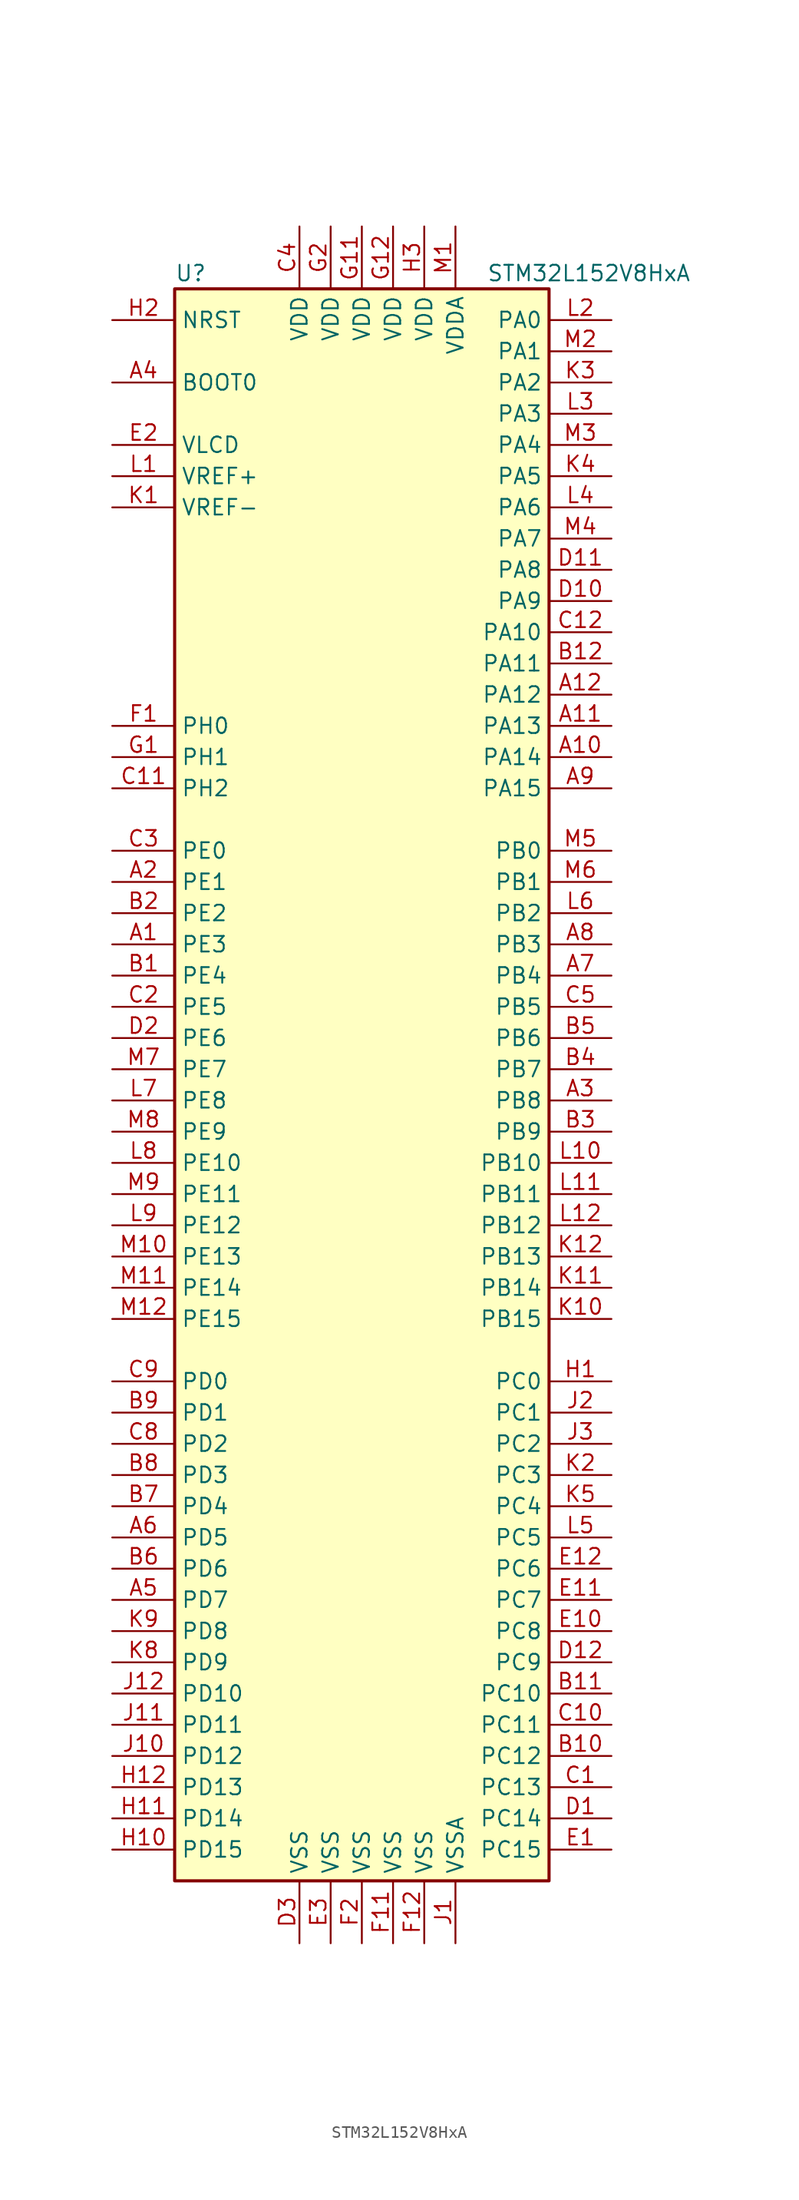
<source format=kicad_sym>
(kicad_symbol_lib
  (version 20211014)
  (generator kicad_symbol_editor)
  (symbol "STM32L152V8HxA"
    (property "Reference" "U"
      (at -15.24 64.77 0)
      (effects (font (size 1.27 1.27)) (justify left)))
    (property "Value" "STM32L152V8HxA"
      (at 10.16 64.77 0)
      (effects (font (size 1.27 1.27)) (justify left)))
    (symbol "STM32L152V8HxA_0_1"
      (rectangle (start -15.24 -66.04) (end 15.24 63.5) (stroke (width 0.254) (type default) (color 0 0 0 0)) (fill (type background))))
    (symbol "STM32L152V8HxA_1_1"
      (pin bidirectional line (at -20.32 10.16 0) (length 5.08) (name "PE3" (effects (font (size 1.27 1.27)))) (number "A1" (effects (font (size 1.27 1.27)))))
      (pin bidirectional line (at 20.32 25.4 180) (length 5.08) (name "PA14" (effects (font (size 1.27 1.27)))) (number "A10" (effects (font (size 1.27 1.27)))))
      (pin bidirectional line (at 20.32 27.94 180) (length 5.08) (name "PA13" (effects (font (size 1.27 1.27)))) (number "A11" (effects (font (size 1.27 1.27)))))
      (pin bidirectional line (at 20.32 30.48 180) (length 5.08) (name "PA12" (effects (font (size 1.27 1.27)))) (number "A12" (effects (font (size 1.27 1.27)))))
      (pin bidirectional line (at -20.32 15.24 0) (length 5.08) (name "PE1" (effects (font (size 1.27 1.27)))) (number "A2" (effects (font (size 1.27 1.27)))))
      (pin bidirectional line (at 20.32 -2.54 180) (length 5.08) (name "PB8" (effects (font (size 1.27 1.27)))) (number "A3" (effects (font (size 1.27 1.27)))))
      (pin input line (at -20.32 55.88 0) (length 5.08) (name "BOOT0" (effects (font (size 1.27 1.27)))) (number "A4" (effects (font (size 1.27 1.27)))))
      (pin bidirectional line (at -20.32 -43.18 0) (length 5.08) (name "PD7" (effects (font (size 1.27 1.27)))) (number "A5" (effects (font (size 1.27 1.27)))))
      (pin bidirectional line (at -20.32 -38.1 0) (length 5.08) (name "PD5" (effects (font (size 1.27 1.27)))) (number "A6" (effects (font (size 1.27 1.27)))))
      (pin bidirectional line (at 20.32 7.62 180) (length 5.08) (name "PB4" (effects (font (size 1.27 1.27)))) (number "A7" (effects (font (size 1.27 1.27)))))
      (pin bidirectional line (at 20.32 10.16 180) (length 5.08) (name "PB3" (effects (font (size 1.27 1.27)))) (number "A8" (effects (font (size 1.27 1.27)))))
      (pin bidirectional line (at 20.32 22.86 180) (length 5.08) (name "PA15" (effects (font (size 1.27 1.27)))) (number "A9" (effects (font (size 1.27 1.27)))))
      (pin bidirectional line (at -20.32 7.62 0) (length 5.08) (name "PE4" (effects (font (size 1.27 1.27)))) (number "B1" (effects (font (size 1.27 1.27)))))
      (pin bidirectional line (at 20.32 -55.88 180) (length 5.08) (name "PC12" (effects (font (size 1.27 1.27)))) (number "B10" (effects (font (size 1.27 1.27)))))
      (pin bidirectional line (at 20.32 -50.8 180) (length 5.08) (name "PC10" (effects (font (size 1.27 1.27)))) (number "B11" (effects (font (size 1.27 1.27)))))
      (pin bidirectional line (at 20.32 33.02 180) (length 5.08) (name "PA11" (effects (font (size 1.27 1.27)))) (number "B12" (effects (font (size 1.27 1.27)))))
      (pin bidirectional line (at -20.32 12.7 0) (length 5.08) (name "PE2" (effects (font (size 1.27 1.27)))) (number "B2" (effects (font (size 1.27 1.27)))))
      (pin bidirectional line (at 20.32 -5.08 180) (length 5.08) (name "PB9" (effects (font (size 1.27 1.27)))) (number "B3" (effects (font (size 1.27 1.27)))))
      (pin bidirectional line (at 20.32 0 180) (length 5.08) (name "PB7" (effects (font (size 1.27 1.27)))) (number "B4" (effects (font (size 1.27 1.27)))))
      (pin bidirectional line (at 20.32 2.54 180) (length 5.08) (name "PB6" (effects (font (size 1.27 1.27)))) (number "B5" (effects (font (size 1.27 1.27)))))
      (pin bidirectional line (at -20.32 -40.64 0) (length 5.08) (name "PD6" (effects (font (size 1.27 1.27)))) (number "B6" (effects (font (size 1.27 1.27)))))
      (pin bidirectional line (at -20.32 -35.56 0) (length 5.08) (name "PD4" (effects (font (size 1.27 1.27)))) (number "B7" (effects (font (size 1.27 1.27)))))
      (pin bidirectional line (at -20.32 -33.02 0) (length 5.08) (name "PD3" (effects (font (size 1.27 1.27)))) (number "B8" (effects (font (size 1.27 1.27)))))
      (pin bidirectional line (at -20.32 -27.94 0) (length 5.08) (name "PD1" (effects (font (size 1.27 1.27)))) (number "B9" (effects (font (size 1.27 1.27)))))
      (pin bidirectional line (at 20.32 -58.42 180) (length 5.08) (name "PC13" (effects (font (size 1.27 1.27)))) (number "C1" (effects (font (size 1.27 1.27)))))
      (pin bidirectional line (at 20.32 -53.34 180) (length 5.08) (name "PC11" (effects (font (size 1.27 1.27)))) (number "C10" (effects (font (size 1.27 1.27)))))
      (pin bidirectional line (at -20.32 22.86 0) (length 5.08) (name "PH2" (effects (font (size 1.27 1.27)))) (number "C11" (effects (font (size 1.27 1.27)))))
      (pin bidirectional line (at 20.32 35.56 180) (length 5.08) (name "PA10" (effects (font (size 1.27 1.27)))) (number "C12" (effects (font (size 1.27 1.27)))))
      (pin bidirectional line (at -20.32 5.08 0) (length 5.08) (name "PE5" (effects (font (size 1.27 1.27)))) (number "C2" (effects (font (size 1.27 1.27)))))
      (pin bidirectional line (at -20.32 17.78 0) (length 5.08) (name "PE0" (effects (font (size 1.27 1.27)))) (number "C3" (effects (font (size 1.27 1.27)))))
      (pin power_in line (at -5.08 68.58 270) (length 5.08) (name "VDD" (effects (font (size 1.27 1.27)))) (number "C4" (effects (font (size 1.27 1.27)))))
      (pin bidirectional line (at 20.32 5.08 180) (length 5.08) (name "PB5" (effects (font (size 1.27 1.27)))) (number "C5" (effects (font (size 1.27 1.27)))))
      (pin bidirectional line (at -20.32 -30.48 0) (length 5.08) (name "PD2" (effects (font (size 1.27 1.27)))) (number "C8" (effects (font (size 1.27 1.27)))))
      (pin bidirectional line (at -20.32 -25.4 0) (length 5.08) (name "PD0" (effects (font (size 1.27 1.27)))) (number "C9" (effects (font (size 1.27 1.27)))))
      (pin bidirectional line (at 20.32 -60.96 180) (length 5.08) (name "PC14" (effects (font (size 1.27 1.27)))) (number "D1" (effects (font (size 1.27 1.27)))))
      (pin bidirectional line (at 20.32 38.1 180) (length 5.08) (name "PA9" (effects (font (size 1.27 1.27)))) (number "D10" (effects (font (size 1.27 1.27)))))
      (pin bidirectional line (at 20.32 40.64 180) (length 5.08) (name "PA8" (effects (font (size 1.27 1.27)))) (number "D11" (effects (font (size 1.27 1.27)))))
      (pin bidirectional line (at 20.32 -48.26 180) (length 5.08) (name "PC9" (effects (font (size 1.27 1.27)))) (number "D12" (effects (font (size 1.27 1.27)))))
      (pin bidirectional line (at -20.32 2.54 0) (length 5.08) (name "PE6" (effects (font (size 1.27 1.27)))) (number "D2" (effects (font (size 1.27 1.27)))))
      (pin power_in line (at -5.08 -71.12 90) (length 5.08) (name "VSS" (effects (font (size 1.27 1.27)))) (number "D3" (effects (font (size 1.27 1.27)))))
      (pin bidirectional line (at 20.32 -63.5 180) (length 5.08) (name "PC15" (effects (font (size 1.27 1.27)))) (number "E1" (effects (font (size 1.27 1.27)))))
      (pin bidirectional line (at 20.32 -45.72 180) (length 5.08) (name "PC8" (effects (font (size 1.27 1.27)))) (number "E10" (effects (font (size 1.27 1.27)))))
      (pin bidirectional line (at 20.32 -43.18 180) (length 5.08) (name "PC7" (effects (font (size 1.27 1.27)))) (number "E11" (effects (font (size 1.27 1.27)))))
      (pin bidirectional line (at 20.32 -40.64 180) (length 5.08) (name "PC6" (effects (font (size 1.27 1.27)))) (number "E12" (effects (font (size 1.27 1.27)))))
      (pin power_in line (at -20.32 50.8 0) (length 5.08) (name "VLCD" (effects (font (size 1.27 1.27)))) (number "E2" (effects (font (size 1.27 1.27)))))
      (pin power_in line (at -2.54 -71.12 90) (length 5.08) (name "VSS" (effects (font (size 1.27 1.27)))) (number "E3" (effects (font (size 1.27 1.27)))))
      (pin input line (at -20.32 27.94 0) (length 5.08) (name "PH0" (effects (font (size 1.27 1.27)))) (number "F1" (effects (font (size 1.27 1.27)))))
      (pin power_in line (at 2.54 -71.12 90) (length 5.08) (name "VSS" (effects (font (size 1.27 1.27)))) (number "F11" (effects (font (size 1.27 1.27)))))
      (pin power_in line (at 5.08 -71.12 90) (length 5.08) (name "VSS" (effects (font (size 1.27 1.27)))) (number "F12" (effects (font (size 1.27 1.27)))))
      (pin power_in line (at 0 -71.12 90) (length 5.08) (name "VSS" (effects (font (size 1.27 1.27)))) (number "F2" (effects (font (size 1.27 1.27)))))
      (pin input line (at -20.32 25.4 0) (length 5.08) (name "PH1" (effects (font (size 1.27 1.27)))) (number "G1" (effects (font (size 1.27 1.27)))))
      (pin power_in line (at 0 68.58 270) (length 5.08) (name "VDD" (effects (font (size 1.27 1.27)))) (number "G11" (effects (font (size 1.27 1.27)))))
      (pin power_in line (at 2.54 68.58 270) (length 5.08) (name "VDD" (effects (font (size 1.27 1.27)))) (number "G12" (effects (font (size 1.27 1.27)))))
      (pin power_in line (at -2.54 68.58 270) (length 5.08) (name "VDD" (effects (font (size 1.27 1.27)))) (number "G2" (effects (font (size 1.27 1.27)))))
      (pin bidirectional line (at 20.32 -25.4 180) (length 5.08) (name "PC0" (effects (font (size 1.27 1.27)))) (number "H1" (effects (font (size 1.27 1.27)))))
      (pin bidirectional line (at -20.32 -63.5 0) (length 5.08) (name "PD15" (effects (font (size 1.27 1.27)))) (number "H10" (effects (font (size 1.27 1.27)))))
      (pin bidirectional line (at -20.32 -60.96 0) (length 5.08) (name "PD14" (effects (font (size 1.27 1.27)))) (number "H11" (effects (font (size 1.27 1.27)))))
      (pin bidirectional line (at -20.32 -58.42 0) (length 5.08) (name "PD13" (effects (font (size 1.27 1.27)))) (number "H12" (effects (font (size 1.27 1.27)))))
      (pin input line (at -20.32 60.96 0) (length 5.08) (name "NRST" (effects (font (size 1.27 1.27)))) (number "H2" (effects (font (size 1.27 1.27)))))
      (pin power_in line (at 5.08 68.58 270) (length 5.08) (name "VDD" (effects (font (size 1.27 1.27)))) (number "H3" (effects (font (size 1.27 1.27)))))
      (pin power_in line (at 7.62 -71.12 90) (length 5.08) (name "VSSA" (effects (font (size 1.27 1.27)))) (number "J1" (effects (font (size 1.27 1.27)))))
      (pin bidirectional line (at -20.32 -55.88 0) (length 5.08) (name "PD12" (effects (font (size 1.27 1.27)))) (number "J10" (effects (font (size 1.27 1.27)))))
      (pin bidirectional line (at -20.32 -53.34 0) (length 5.08) (name "PD11" (effects (font (size 1.27 1.27)))) (number "J11" (effects (font (size 1.27 1.27)))))
      (pin bidirectional line (at -20.32 -50.8 0) (length 5.08) (name "PD10" (effects (font (size 1.27 1.27)))) (number "J12" (effects (font (size 1.27 1.27)))))
      (pin bidirectional line (at 20.32 -27.94 180) (length 5.08) (name "PC1" (effects (font (size 1.27 1.27)))) (number "J2" (effects (font (size 1.27 1.27)))))
      (pin bidirectional line (at 20.32 -30.48 180) (length 5.08) (name "PC2" (effects (font (size 1.27 1.27)))) (number "J3" (effects (font (size 1.27 1.27)))))
      (pin power_in line (at -20.32 45.72 0) (length 5.08) (name "VREF-" (effects (font (size 1.27 1.27)))) (number "K1" (effects (font (size 1.27 1.27)))))
      (pin bidirectional line (at 20.32 -20.32 180) (length 5.08) (name "PB15" (effects (font (size 1.27 1.27)))) (number "K10" (effects (font (size 1.27 1.27)))))
      (pin bidirectional line (at 20.32 -17.78 180) (length 5.08) (name "PB14" (effects (font (size 1.27 1.27)))) (number "K11" (effects (font (size 1.27 1.27)))))
      (pin bidirectional line (at 20.32 -15.24 180) (length 5.08) (name "PB13" (effects (font (size 1.27 1.27)))) (number "K12" (effects (font (size 1.27 1.27)))))
      (pin bidirectional line (at 20.32 -33.02 180) (length 5.08) (name "PC3" (effects (font (size 1.27 1.27)))) (number "K2" (effects (font (size 1.27 1.27)))))
      (pin bidirectional line (at 20.32 55.88 180) (length 5.08) (name "PA2" (effects (font (size 1.27 1.27)))) (number "K3" (effects (font (size 1.27 1.27)))))
      (pin bidirectional line (at 20.32 48.26 180) (length 5.08) (name "PA5" (effects (font (size 1.27 1.27)))) (number "K4" (effects (font (size 1.27 1.27)))))
      (pin bidirectional line (at 20.32 -35.56 180) (length 5.08) (name "PC4" (effects (font (size 1.27 1.27)))) (number "K5" (effects (font (size 1.27 1.27)))))
      (pin bidirectional line (at -20.32 -48.26 0) (length 5.08) (name "PD9" (effects (font (size 1.27 1.27)))) (number "K8" (effects (font (size 1.27 1.27)))))
      (pin bidirectional line (at -20.32 -45.72 0) (length 5.08) (name "PD8" (effects (font (size 1.27 1.27)))) (number "K9" (effects (font (size 1.27 1.27)))))
      (pin power_in line (at -20.32 48.26 0) (length 5.08) (name "VREF+" (effects (font (size 1.27 1.27)))) (number "L1" (effects (font (size 1.27 1.27)))))
      (pin bidirectional line (at 20.32 -7.62 180) (length 5.08) (name "PB10" (effects (font (size 1.27 1.27)))) (number "L10" (effects (font (size 1.27 1.27)))))
      (pin bidirectional line (at 20.32 -10.16 180) (length 5.08) (name "PB11" (effects (font (size 1.27 1.27)))) (number "L11" (effects (font (size 1.27 1.27)))))
      (pin bidirectional line (at 20.32 -12.7 180) (length 5.08) (name "PB12" (effects (font (size 1.27 1.27)))) (number "L12" (effects (font (size 1.27 1.27)))))
      (pin bidirectional line (at 20.32 60.96 180) (length 5.08) (name "PA0" (effects (font (size 1.27 1.27)))) (number "L2" (effects (font (size 1.27 1.27)))))
      (pin bidirectional line (at 20.32 53.34 180) (length 5.08) (name "PA3" (effects (font (size 1.27 1.27)))) (number "L3" (effects (font (size 1.27 1.27)))))
      (pin bidirectional line (at 20.32 45.72 180) (length 5.08) (name "PA6" (effects (font (size 1.27 1.27)))) (number "L4" (effects (font (size 1.27 1.27)))))
      (pin bidirectional line (at 20.32 -38.1 180) (length 5.08) (name "PC5" (effects (font (size 1.27 1.27)))) (number "L5" (effects (font (size 1.27 1.27)))))
      (pin bidirectional line (at 20.32 12.7 180) (length 5.08) (name "PB2" (effects (font (size 1.27 1.27)))) (number "L6" (effects (font (size 1.27 1.27)))))
      (pin bidirectional line (at -20.32 -2.54 0) (length 5.08) (name "PE8" (effects (font (size 1.27 1.27)))) (number "L7" (effects (font (size 1.27 1.27)))))
      (pin bidirectional line (at -20.32 -7.62 0) (length 5.08) (name "PE10" (effects (font (size 1.27 1.27)))) (number "L8" (effects (font (size 1.27 1.27)))))
      (pin bidirectional line (at -20.32 -12.7 0) (length 5.08) (name "PE12" (effects (font (size 1.27 1.27)))) (number "L9" (effects (font (size 1.27 1.27)))))
      (pin power_in line (at 7.62 68.58 270) (length 5.08) (name "VDDA" (effects (font (size 1.27 1.27)))) (number "M1" (effects (font (size 1.27 1.27)))))
      (pin bidirectional line (at -20.32 -15.24 0) (length 5.08) (name "PE13" (effects (font (size 1.27 1.27)))) (number "M10" (effects (font (size 1.27 1.27)))))
      (pin bidirectional line (at -20.32 -17.78 0) (length 5.08) (name "PE14" (effects (font (size 1.27 1.27)))) (number "M11" (effects (font (size 1.27 1.27)))))
      (pin bidirectional line (at -20.32 -20.32 0) (length 5.08) (name "PE15" (effects (font (size 1.27 1.27)))) (number "M12" (effects (font (size 1.27 1.27)))))
      (pin bidirectional line (at 20.32 58.42 180) (length 5.08) (name "PA1" (effects (font (size 1.27 1.27)))) (number "M2" (effects (font (size 1.27 1.27)))))
      (pin bidirectional line (at 20.32 50.8 180) (length 5.08) (name "PA4" (effects (font (size 1.27 1.27)))) (number "M3" (effects (font (size 1.27 1.27)))))
      (pin bidirectional line (at 20.32 43.18 180) (length 5.08) (name "PA7" (effects (font (size 1.27 1.27)))) (number "M4" (effects (font (size 1.27 1.27)))))
      (pin bidirectional line (at 20.32 17.78 180) (length 5.08) (name "PB0" (effects (font (size 1.27 1.27)))) (number "M5" (effects (font (size 1.27 1.27)))))
      (pin bidirectional line (at 20.32 15.24 180) (length 5.08) (name "PB1" (effects (font (size 1.27 1.27)))) (number "M6" (effects (font (size 1.27 1.27)))))
      (pin bidirectional line (at -20.32 0 0) (length 5.08) (name "PE7" (effects (font (size 1.27 1.27)))) (number "M7" (effects (font (size 1.27 1.27)))))
      (pin bidirectional line (at -20.32 -5.08 0) (length 5.08) (name "PE9" (effects (font (size 1.27 1.27)))) (number "M8" (effects (font (size 1.27 1.27)))))
      (pin bidirectional line (at -20.32 -10.16 0) (length 5.08) (name "PE11" (effects (font (size 1.27 1.27)))) (number "M9" (effects (font (size 1.27 1.27))))))))
</source>
